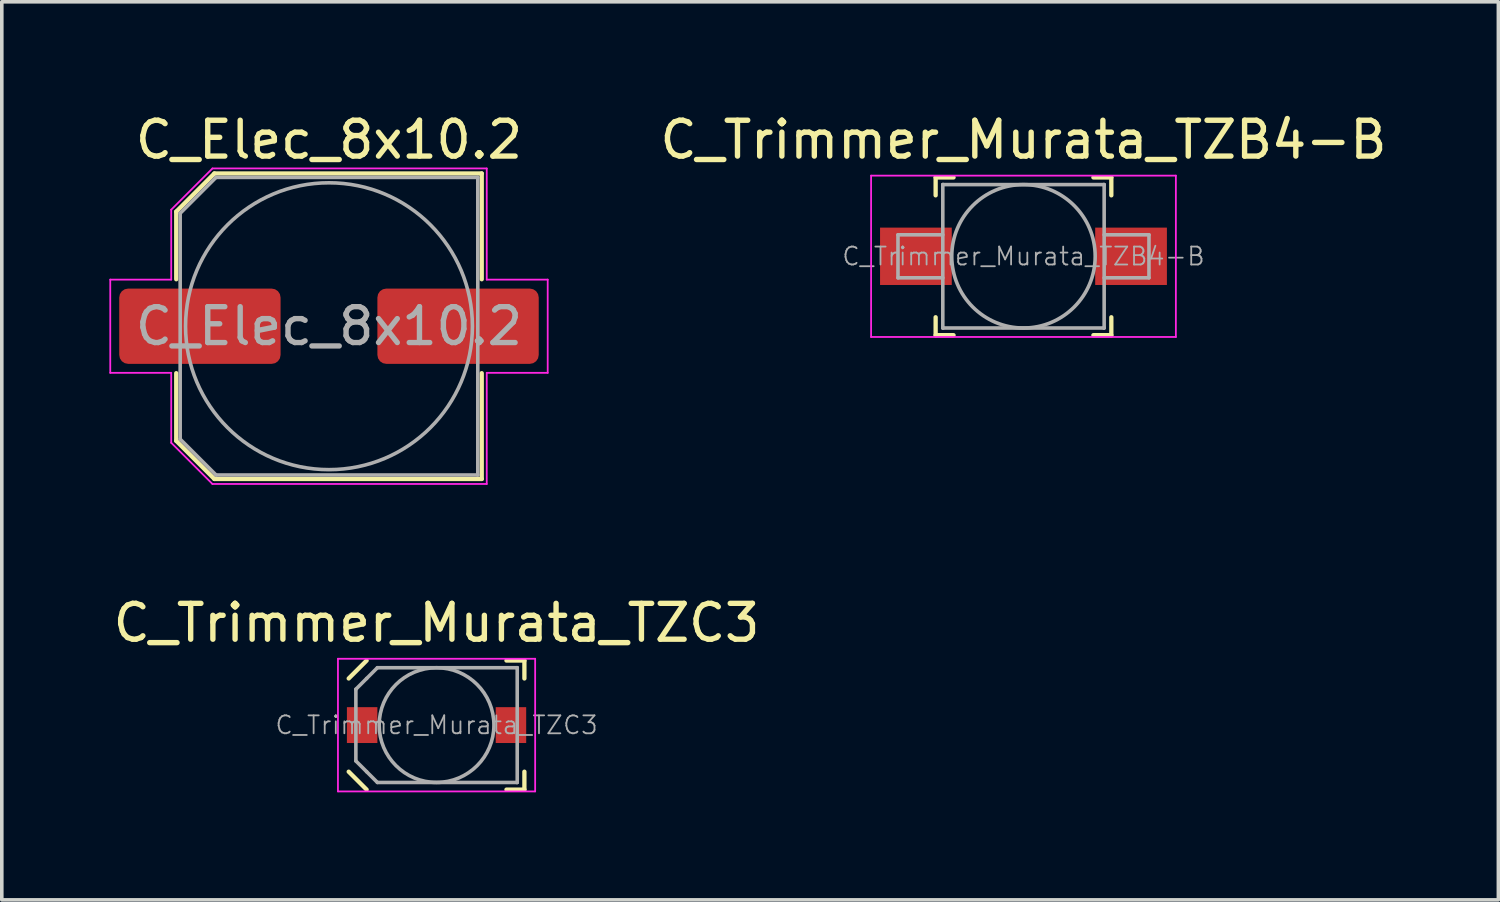
<source format=kicad_pcb>
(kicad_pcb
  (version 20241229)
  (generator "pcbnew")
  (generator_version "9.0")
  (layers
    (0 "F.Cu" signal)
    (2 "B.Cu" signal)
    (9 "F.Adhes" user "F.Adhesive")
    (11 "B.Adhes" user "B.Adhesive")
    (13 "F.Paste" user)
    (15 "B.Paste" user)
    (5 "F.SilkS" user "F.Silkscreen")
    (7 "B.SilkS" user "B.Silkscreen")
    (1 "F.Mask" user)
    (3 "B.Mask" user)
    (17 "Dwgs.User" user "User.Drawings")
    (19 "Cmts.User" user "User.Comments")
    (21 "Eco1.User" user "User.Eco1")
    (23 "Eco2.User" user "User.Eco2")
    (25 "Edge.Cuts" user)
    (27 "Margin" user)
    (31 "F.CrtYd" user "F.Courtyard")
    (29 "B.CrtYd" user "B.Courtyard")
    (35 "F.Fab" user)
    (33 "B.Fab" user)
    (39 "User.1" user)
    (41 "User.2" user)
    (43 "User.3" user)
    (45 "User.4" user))
  (footprint "C_Trimmer_Murata_TZB4-B"
    (layer "F.Cu")
    (at 25.494 4.098)
    (property "Reference" "C_Trimmer_Murata_TZB4-B" (at 0 -3.25 0) (layer "F.SilkS") (effects (font (size 1 1) (thickness 0.15))))
    (attr smd)
    (fp_line (start -2.45 -2.2) (end -2.45 -1.7) (stroke (width 0.12) (type solid)) (layer "F.SilkS"))
    (fp_line (start -2.45 -2.2) (end -1.95 -2.2) (stroke (width 0.12) (type solid)) (layer "F.SilkS"))
    (fp_line (start -2.45 2.2) (end -2.45 1.7) (stroke (width 0.12) (type solid)) (layer "F.SilkS"))
    (fp_line (start -2.45 2.2) (end -1.95 2.2) (stroke (width 0.12) (type solid)) (layer "F.SilkS"))
    (fp_line (start 2.45 -2.2) (end 1.95 -2.2) (stroke (width 0.12) (type solid)) (layer "F.SilkS"))
    (fp_line (start 2.45 -2.2) (end 2.45 -1.7) (stroke (width 0.12) (type solid)) (layer "F.SilkS"))
    (fp_line (start 2.45 2.2) (end 1.95 2.2) (stroke (width 0.12) (type solid)) (layer "F.SilkS"))
    (fp_line (start 2.45 2.2) (end 2.45 1.7) (stroke (width 0.12) (type solid)) (layer "F.SilkS"))
    (fp_line (start -4.25 -2.25) (end -4.25 2.25) (stroke (width 0.05) (type solid)) (layer "F.CrtYd"))
    (fp_line (start -4.25 2.25) (end 4.25 2.25) (stroke (width 0.05) (type solid)) (layer "F.CrtYd"))
    (fp_line (start 4.25 -2.25) (end -4.25 -2.25) (stroke (width 0.05) (type solid)) (layer "F.CrtYd"))
    (fp_line (start 4.25 2.25) (end 4.25 -2.25) (stroke (width 0.05) (type solid)) (layer "F.CrtYd"))
    (fp_line (start -3.5 -0.6) (end -3.5 0.6) (stroke (width 0.1) (type solid)) (layer "F.Fab"))
    (fp_line (start -3.5 0.6) (end -2.25 0.6) (stroke (width 0.1) (type solid)) (layer "F.Fab"))
    (fp_line (start -2.25 -2) (end -2.24 -2) (stroke (width 0.1) (type solid)) (layer "F.Fab"))
    (fp_line (start -2.25 -1.99) (end -2.25 -2) (stroke (width 0.1) (type solid)) (layer "F.Fab"))
    (fp_line (start -2.25 -0.6) (end -3.5 -0.6) (stroke (width 0.1) (type solid)) (layer "F.Fab"))
    (fp_line (start -2.25 1.99) (end -2.25 -1.99) (stroke (width 0.1) (type solid)) (layer "F.Fab"))
    (fp_line (start -2.25 2) (end -2.25 1.99) (stroke (width 0.1) (type solid)) (layer "F.Fab"))
    (fp_line (start -2.24 -2) (end 2.24 -2) (stroke (width 0.1) (type solid)) (layer "F.Fab"))
    (fp_line (start -2.24 2) (end -2.25 2) (stroke (width 0.1) (type solid)) (layer "F.Fab"))
    (fp_line (start 2.24 -2) (end 2.25 -2) (stroke (width 0.1) (type solid)) (layer "F.Fab"))
    (fp_line (start 2.24 2) (end -2.24 2) (stroke (width 0.1) (type solid)) (layer "F.Fab"))
    (fp_line (start 2.25 -2) (end 2.25 -1.99) (stroke (width 0.1) (type solid)) (layer "F.Fab"))
    (fp_line (start 2.25 -1.99) (end 2.25 1.99) (stroke (width 0.1) (type solid)) (layer "F.Fab"))
    (fp_line (start 2.25 -0.6) (end 3.5 -0.6) (stroke (width 0.1) (type solid)) (layer "F.Fab"))
    (fp_line (start 2.25 1.99) (end 2.25 2) (stroke (width 0.1) (type solid)) (layer "F.Fab"))
    (fp_line (start 2.25 2) (end 2.24 2) (stroke (width 0.1) (type solid)) (layer "F.Fab"))
    (fp_line (start 3.5 -0.6) (end 3.5 0.6) (stroke (width 0.1) (type solid)) (layer "F.Fab"))
    (fp_line (start 3.5 0.6) (end 2.25 0.6) (stroke (width 0.1) (type solid)) (layer "F.Fab"))
    (fp_circle (center 0 0) (end 2 0) (stroke (width 0.1) (type solid)) (fill no) (layer "F.Fab"))
    (fp_text user "${REFERENCE}" (at 0 0 0) (layer "F.Fab") (effects (font (size 0.5 0.5) (thickness 0.05))))
    (pad "1" smd rect (at -3 0) (size 2 1.6) (layers "F.Cu" "F.Mask" "F.Paste"))
    (pad "2" smd rect (at 3 0) (size 2 1.6) (layers "F.Cu" "F.Mask" "F.Paste")))
  (footprint "C_Elec_8x10.2"
    (layer "F.Cu")
    (at 6.125 6.048)
    (property "Reference" "C_Elec_8x10.2" (at 0 -5.2 0) (layer "F.SilkS") (effects (font (size 1 1) (thickness 0.15))))
    (attr smd)
    (fp_line (start -4.26 -3.196) (end -4.26 -1.31) (stroke (width 0.12) (type solid)) (layer "F.SilkS"))
    (fp_line (start -4.26 -3.196) (end -3.196 -4.26) (stroke (width 0.12) (type solid)) (layer "F.SilkS"))
    (fp_line (start -4.26 3.196) (end -4.26 1.31) (stroke (width 0.12) (type solid)) (layer "F.SilkS"))
    (fp_line (start -4.26 3.196) (end -3.196 4.26) (stroke (width 0.12) (type solid)) (layer "F.SilkS"))
    (fp_line (start -3.196 -4.26) (end 4.26 -4.26) (stroke (width 0.12) (type solid)) (layer "F.SilkS"))
    (fp_line (start -3.196 4.26) (end 4.26 4.26) (stroke (width 0.12) (type solid)) (layer "F.SilkS"))
    (fp_line (start 4.26 -4.26) (end 4.26 -1.31) (stroke (width 0.12) (type solid)) (layer "F.SilkS"))
    (fp_line (start 4.26 4.26) (end 4.26 1.31) (stroke (width 0.12) (type solid)) (layer "F.SilkS"))
    (fp_line (start -6.1 -1.3) (end -6.1 1.3) (stroke (width 0.05) (type solid)) (layer "F.CrtYd"))
    (fp_line (start -6.1 1.3) (end -4.4 1.3) (stroke (width 0.05) (type solid)) (layer "F.CrtYd"))
    (fp_line (start -4.4 -3.25) (end -4.4 -1.3) (stroke (width 0.05) (type solid)) (layer "F.CrtYd"))
    (fp_line (start -4.4 -3.25) (end -3.25 -4.4) (stroke (width 0.05) (type solid)) (layer "F.CrtYd"))
    (fp_line (start -4.4 -1.3) (end -6.1 -1.3) (stroke (width 0.05) (type solid)) (layer "F.CrtYd"))
    (fp_line (start -4.4 1.3) (end -4.4 3.25) (stroke (width 0.05) (type solid)) (layer "F.CrtYd"))
    (fp_line (start -4.4 3.25) (end -3.25 4.4) (stroke (width 0.05) (type solid)) (layer "F.CrtYd"))
    (fp_line (start -3.25 -4.4) (end 4.4 -4.4) (stroke (width 0.05) (type solid)) (layer "F.CrtYd"))
    (fp_line (start -3.25 4.4) (end 4.4 4.4) (stroke (width 0.05) (type solid)) (layer "F.CrtYd"))
    (fp_line (start 4.4 -4.4) (end 4.4 -1.3) (stroke (width 0.05) (type solid)) (layer "F.CrtYd"))
    (fp_line (start 4.4 -1.3) (end 6.1 -1.3) (stroke (width 0.05) (type solid)) (layer "F.CrtYd"))
    (fp_line (start 4.4 1.3) (end 4.4 4.4) (stroke (width 0.05) (type solid)) (layer "F.CrtYd"))
    (fp_line (start 6.1 -1.3) (end 6.1 1.3) (stroke (width 0.05) (type solid)) (layer "F.CrtYd"))
    (fp_line (start 6.1 1.3) (end 4.4 1.3) (stroke (width 0.05) (type solid)) (layer "F.CrtYd"))
    (fp_line (start -4.15 -3.15) (end -4.15 3.15) (stroke (width 0.1) (type solid)) (layer "F.Fab"))
    (fp_line (start -4.15 -3.15) (end -3.15 -4.15) (stroke (width 0.1) (type solid)) (layer "F.Fab"))
    (fp_line (start -4.15 3.15) (end -3.15 4.15) (stroke (width 0.1) (type solid)) (layer "F.Fab"))
    (fp_line (start -3.15 -4.15) (end 4.15 -4.15) (stroke (width 0.1) (type solid)) (layer "F.Fab"))
    (fp_line (start -3.15 4.15) (end 4.15 4.15) (stroke (width 0.1) (type solid)) (layer "F.Fab"))
    (fp_line (start 4.15 -4.15) (end 4.15 4.15) (stroke (width 0.1) (type solid)) (layer "F.Fab"))
    (fp_circle (center 0 0) (end 4 0) (stroke (width 0.1) (type solid)) (fill no) (layer "F.Fab"))
    (fp_text user "${REFERENCE}" (at 0 0 0) (layer "F.Fab") (effects (font (size 1 1) (thickness 0.15))))
    (pad "1" smd roundrect (at -3.6 0) (size 4.5 2.1) (layers "F.Cu" "F.Mask" "F.Paste") (roundrect_rratio 0.119))
    (pad "2" smd roundrect (at 3.6 0) (size 4.5 2.1) (layers "F.Cu" "F.Mask" "F.Paste") (roundrect_rratio 0.119)))
  (footprint "C_Trimmer_Murata_TZC3"
    (layer "F.Cu")
    (at 9.125 17.172)
    (property "Reference" "C_Trimmer_Murata_TZC3" (at 0 -2.85 0) (layer "F.SilkS") (effects (font (size 1 1) (thickness 0.15))))
    (attr smd)
    (fp_line (start -2.45 -1.3) (end -1.95 -1.8) (stroke (width 0.12) (type solid)) (layer "F.SilkS"))
    (fp_line (start -2.45 1.3) (end -1.95 1.8) (stroke (width 0.12) (type solid)) (layer "F.SilkS"))
    (fp_line (start 2.45 -1.8) (end 1.95 -1.8) (stroke (width 0.12) (type solid)) (layer "F.SilkS"))
    (fp_line (start 2.45 -1.8) (end 2.45 -1.3) (stroke (width 0.12) (type solid)) (layer "F.SilkS"))
    (fp_line (start 2.45 1.8) (end 1.95 1.8) (stroke (width 0.12) (type solid)) (layer "F.SilkS"))
    (fp_line (start 2.45 1.8) (end 2.45 1.3) (stroke (width 0.12) (type solid)) (layer "F.SilkS"))
    (fp_line (start -2.75 -1.85) (end -2.75 1.85) (stroke (width 0.05) (type solid)) (layer "F.CrtYd"))
    (fp_line (start -2.75 1.85) (end 2.75 1.85) (stroke (width 0.05) (type solid)) (layer "F.CrtYd"))
    (fp_line (start 2.75 -1.85) (end -2.75 -1.85) (stroke (width 0.05) (type solid)) (layer "F.CrtYd"))
    (fp_line (start 2.75 1.85) (end 2.75 -1.85) (stroke (width 0.05) (type solid)) (layer "F.CrtYd"))
    (fp_line (start -2.25 -1) (end -1.95 -1.3) (stroke (width 0.1) (type solid)) (layer "F.Fab"))
    (fp_line (start -2.25 1) (end -2.25 -1) (stroke (width 0.1) (type solid)) (layer "F.Fab"))
    (fp_line (start -1.95 -1.3) (end -1.65 -1.6) (stroke (width 0.1) (type solid)) (layer "F.Fab"))
    (fp_line (start -1.95 1.3) (end -2.25 1) (stroke (width 0.1) (type solid)) (layer "F.Fab"))
    (fp_line (start -1.65 -1.6) (end 2.24 -1.6) (stroke (width 0.1) (type solid)) (layer "F.Fab"))
    (fp_line (start -1.65 1.6) (end -1.95 1.3) (stroke (width 0.1) (type solid)) (layer "F.Fab"))
    (fp_line (start 2.24 -1.6) (end 2.25 -1.6) (stroke (width 0.1) (type solid)) (layer "F.Fab"))
    (fp_line (start 2.24 1.6) (end -1.65 1.6) (stroke (width 0.1) (type solid)) (layer "F.Fab"))
    (fp_line (start 2.25 -1.6) (end 2.25 -1.59) (stroke (width 0.1) (type solid)) (layer "F.Fab"))
    (fp_line (start 2.25 -1.59) (end 2.25 1.59) (stroke (width 0.1) (type solid)) (layer "F.Fab"))
    (fp_line (start 2.25 1.59) (end 2.25 1.6) (stroke (width 0.1) (type solid)) (layer "F.Fab"))
    (fp_line (start 2.25 1.6) (end 2.24 1.6) (stroke (width 0.1) (type solid)) (layer "F.Fab"))
    (fp_circle (center 0 0) (end 1.6 0) (stroke (width 0.1) (type solid)) (fill no) (layer "F.Fab"))
    (fp_text user "${REFERENCE}" (at 0 0 0) (layer "F.Fab") (effects (font (size 0.5 0.5) (thickness 0.05))))
    (pad "1" smd rect (at -2.075 0) (size 0.85 1) (layers "F.Cu" "F.Mask" "F.Paste"))
    (pad "2" smd rect (at 2.075 0) (size 0.85 1) (layers "F.Cu" "F.Mask" "F.Paste")))
  (gr_rect
    (start -3 -3)
    (end 38.738 22.047)
    (stroke (width 0.1) (type default))
    (fill no)
    (layer "Edge.Cuts")))
</source>
